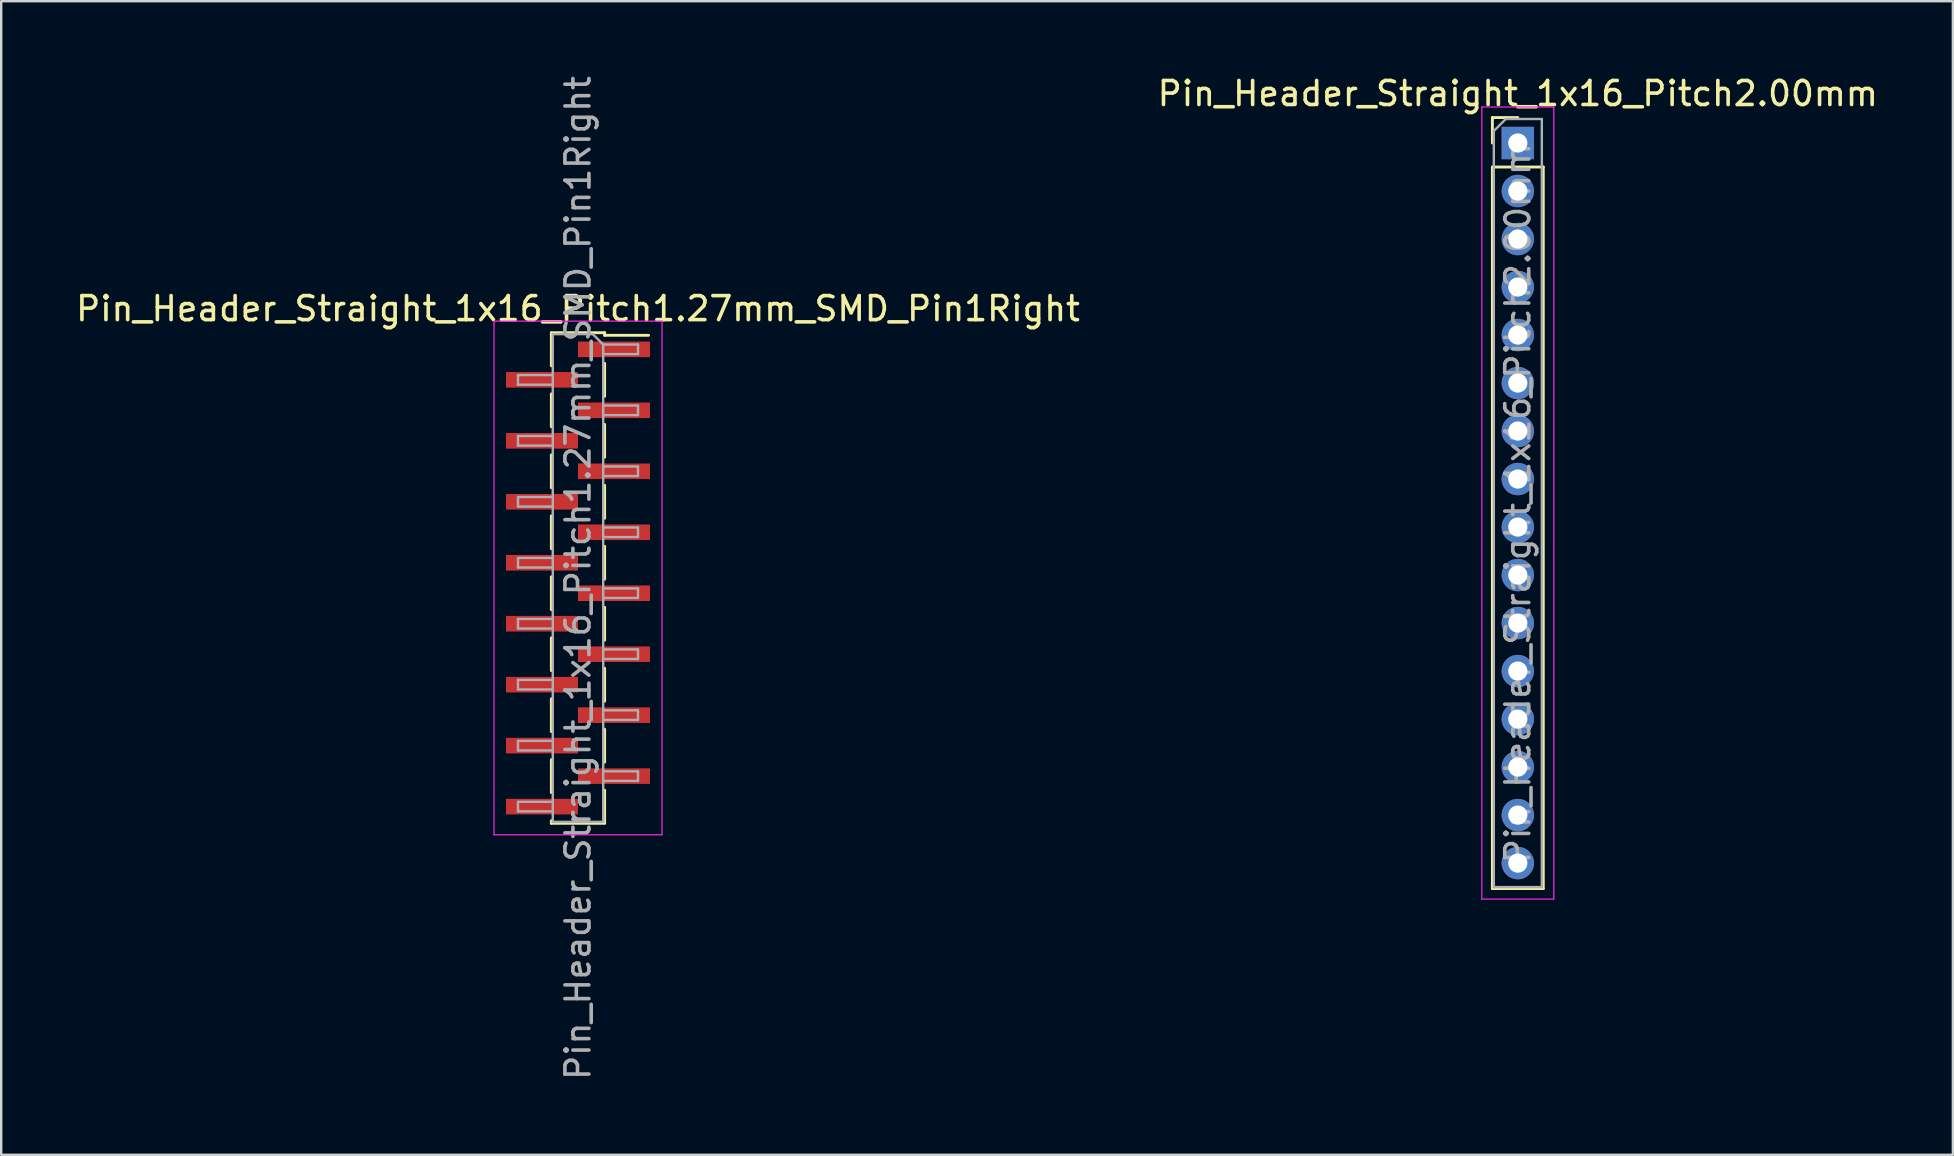
<source format=kicad_pcb>
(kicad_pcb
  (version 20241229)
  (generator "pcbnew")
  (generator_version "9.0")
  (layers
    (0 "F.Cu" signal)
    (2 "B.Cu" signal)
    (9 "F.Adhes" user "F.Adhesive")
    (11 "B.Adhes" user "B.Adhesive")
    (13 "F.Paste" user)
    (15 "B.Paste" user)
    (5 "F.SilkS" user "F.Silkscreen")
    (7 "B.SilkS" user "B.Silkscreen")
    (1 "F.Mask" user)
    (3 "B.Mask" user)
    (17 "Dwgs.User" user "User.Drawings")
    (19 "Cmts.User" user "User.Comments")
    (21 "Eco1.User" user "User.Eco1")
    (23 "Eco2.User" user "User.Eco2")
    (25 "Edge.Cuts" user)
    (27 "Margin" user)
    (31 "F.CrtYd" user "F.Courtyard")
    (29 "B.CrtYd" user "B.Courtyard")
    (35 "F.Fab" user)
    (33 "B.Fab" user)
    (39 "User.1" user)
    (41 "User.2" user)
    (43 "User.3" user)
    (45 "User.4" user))
  (footprint "Pin_Header_Straight_1x16_Pitch2.00mm"
    (layer "F.Cu")
    (at 60.185 2.908)
    (property "Reference" "Pin_Header_Straight_1x16_Pitch2.00mm" (at 0 -2.06 0) (layer "F.SilkS") (effects (font (size 1 1) (thickness 0.15))))
    (attr through_hole)
    (fp_line (start -1.06 -1.06) (end 0 -1.06) (stroke (width 0.12) (type solid)) (layer "F.SilkS"))
    (fp_line (start -1.06 0) (end -1.06 -1.06) (stroke (width 0.12) (type solid)) (layer "F.SilkS"))
    (fp_line (start -1.06 1) (end -1.06 31.06) (stroke (width 0.12) (type solid)) (layer "F.SilkS"))
    (fp_line (start -1.06 1) (end 1.06 1) (stroke (width 0.12) (type solid)) (layer "F.SilkS"))
    (fp_line (start -1.06 31.06) (end 1.06 31.06) (stroke (width 0.12) (type solid)) (layer "F.SilkS"))
    (fp_line (start 1.06 1) (end 1.06 31.06) (stroke (width 0.12) (type solid)) (layer "F.SilkS"))
    (fp_line (start -1.5 -1.5) (end -1.5 31.5) (stroke (width 0.05) (type solid)) (layer "F.CrtYd"))
    (fp_line (start -1.5 31.5) (end 1.5 31.5) (stroke (width 0.05) (type solid)) (layer "F.CrtYd"))
    (fp_line (start 1.5 -1.5) (end -1.5 -1.5) (stroke (width 0.05) (type solid)) (layer "F.CrtYd"))
    (fp_line (start 1.5 31.5) (end 1.5 -1.5) (stroke (width 0.05) (type solid)) (layer "F.CrtYd"))
    (fp_line (start -1 -0.5) (end -0.5 -1) (stroke (width 0.1) (type solid)) (layer "F.Fab"))
    (fp_line (start -1 31) (end -1 -0.5) (stroke (width 0.1) (type solid)) (layer "F.Fab"))
    (fp_line (start -0.5 -1) (end 1 -1) (stroke (width 0.1) (type solid)) (layer "F.Fab"))
    (fp_line (start 1 -1) (end 1 31) (stroke (width 0.1) (type solid)) (layer "F.Fab"))
    (fp_line (start 1 31) (end -1 31) (stroke (width 0.1) (type solid)) (layer "F.Fab"))
    (fp_text user "${REFERENCE}" (at 0 15 90) (layer "F.Fab") (effects (font (size 1 1) (thickness 0.15))))
    (pad "1" thru_hole rect (at 0 0) (size 1.35 1.35) (drill 0.8) (layers "*.Cu" "*.Mask"))
    (pad "2" thru_hole oval (at 0 2) (size 1.35 1.35) (drill 0.8) (layers "*.Cu" "*.Mask"))
    (pad "3" thru_hole oval (at 0 4) (size 1.35 1.35) (drill 0.8) (layers "*.Cu" "*.Mask"))
    (pad "4" thru_hole oval (at 0 6) (size 1.35 1.35) (drill 0.8) (layers "*.Cu" "*.Mask"))
    (pad "5" thru_hole oval (at 0 8) (size 1.35 1.35) (drill 0.8) (layers "*.Cu" "*.Mask"))
    (pad "6" thru_hole oval (at 0 10) (size 1.35 1.35) (drill 0.8) (layers "*.Cu" "*.Mask"))
    (pad "7" thru_hole oval (at 0 12) (size 1.35 1.35) (drill 0.8) (layers "*.Cu" "*.Mask"))
    (pad "8" thru_hole oval (at 0 14) (size 1.35 1.35) (drill 0.8) (layers "*.Cu" "*.Mask"))
    (pad "9" thru_hole oval (at 0 16) (size 1.35 1.35) (drill 0.8) (layers "*.Cu" "*.Mask"))
    (pad "10" thru_hole oval (at 0 18) (size 1.35 1.35) (drill 0.8) (layers "*.Cu" "*.Mask"))
    (pad "11" thru_hole oval (at 0 20) (size 1.35 1.35) (drill 0.8) (layers "*.Cu" "*.Mask"))
    (pad "12" thru_hole oval (at 0 22) (size 1.35 1.35) (drill 0.8) (layers "*.Cu" "*.Mask"))
    (pad "13" thru_hole oval (at 0 24) (size 1.35 1.35) (drill 0.8) (layers "*.Cu" "*.Mask"))
    (pad "14" thru_hole oval (at 0 26) (size 1.35 1.35) (drill 0.8) (layers "*.Cu" "*.Mask"))
    (pad "15" thru_hole oval (at 0 28) (size 1.35 1.35) (drill 0.8) (layers "*.Cu" "*.Mask"))
    (pad "16" thru_hole oval (at 0 30) (size 1.35 1.35) (drill 0.8) (layers "*.Cu" "*.Mask")))
  (footprint "Pin_Header_Straight_1x16_Pitch1.27mm_SMD_Pin1Right"
    (layer "F.Cu")
    (at 21.03 21.03)
    (property "Reference" "Pin_Header_Straight_1x16_Pitch1.27mm_SMD_Pin1Right" (at 0 -11.22 0) (layer "F.SilkS") (effects (font (size 1 1) (thickness 0.15))))
    (attr smd)
    (fp_line (start -1.11 -10.22) (end 1.11 -10.22) (stroke (width 0.12) (type solid)) (layer "F.SilkS"))
    (fp_line (start -1.11 -10.21) (end -1.11 -8.84) (stroke (width 0.12) (type solid)) (layer "F.SilkS"))
    (fp_line (start -1.11 -7.67) (end -1.11 -6.3) (stroke (width 0.12) (type solid)) (layer "F.SilkS"))
    (fp_line (start -1.11 -5.13) (end -1.11 -3.76) (stroke (width 0.12) (type solid)) (layer "F.SilkS"))
    (fp_line (start -1.11 -2.59) (end -1.11 -1.22) (stroke (width 0.12) (type solid)) (layer "F.SilkS"))
    (fp_line (start -1.11 -0.05) (end -1.11 1.32) (stroke (width 0.12) (type solid)) (layer "F.SilkS"))
    (fp_line (start -1.11 2.49) (end -1.11 3.86) (stroke (width 0.12) (type solid)) (layer "F.SilkS"))
    (fp_line (start -1.11 5.03) (end -1.11 6.4) (stroke (width 0.12) (type solid)) (layer "F.SilkS"))
    (fp_line (start -1.11 7.57) (end -1.11 8.94) (stroke (width 0.12) (type solid)) (layer "F.SilkS"))
    (fp_line (start -1.11 10.11) (end -1.11 10.22) (stroke (width 0.12) (type solid)) (layer "F.SilkS"))
    (fp_line (start -1.11 10.22) (end 1.11 10.22) (stroke (width 0.12) (type solid)) (layer "F.SilkS"))
    (fp_line (start 1.11 -10.22) (end 1.11 -10.11) (stroke (width 0.12) (type solid)) (layer "F.SilkS"))
    (fp_line (start 1.11 -10.11) (end 2.94 -10.11) (stroke (width 0.12) (type solid)) (layer "F.SilkS"))
    (fp_line (start 1.11 -8.94) (end 1.11 -7.57) (stroke (width 0.12) (type solid)) (layer "F.SilkS"))
    (fp_line (start 1.11 -6.4) (end 1.11 -5.03) (stroke (width 0.12) (type solid)) (layer "F.SilkS"))
    (fp_line (start 1.11 -3.86) (end 1.11 -2.49) (stroke (width 0.12) (type solid)) (layer "F.SilkS"))
    (fp_line (start 1.11 -1.32) (end 1.11 0.05) (stroke (width 0.12) (type solid)) (layer "F.SilkS"))
    (fp_line (start 1.11 1.22) (end 1.11 2.59) (stroke (width 0.12) (type solid)) (layer "F.SilkS"))
    (fp_line (start 1.11 3.76) (end 1.11 5.13) (stroke (width 0.12) (type solid)) (layer "F.SilkS"))
    (fp_line (start 1.11 6.3) (end 1.11 7.67) (stroke (width 0.12) (type solid)) (layer "F.SilkS"))
    (fp_line (start 1.11 8.84) (end 1.11 10.21) (stroke (width 0.12) (type solid)) (layer "F.SilkS"))
    (fp_line (start -3.5 -10.7) (end -3.5 10.7) (stroke (width 0.05) (type solid)) (layer "F.CrtYd"))
    (fp_line (start -3.5 10.7) (end 3.5 10.7) (stroke (width 0.05) (type solid)) (layer "F.CrtYd"))
    (fp_line (start 3.5 -10.7) (end -3.5 -10.7) (stroke (width 0.05) (type solid)) (layer "F.CrtYd"))
    (fp_line (start 3.5 10.7) (end 3.5 -10.7) (stroke (width 0.05) (type solid)) (layer "F.CrtYd"))
    (fp_line (start -2.5 -8.455) (end -2.5 -8.055) (stroke (width 0.1) (type solid)) (layer "F.Fab"))
    (fp_line (start -2.5 -8.055) (end -1.05 -8.055) (stroke (width 0.1) (type solid)) (layer "F.Fab"))
    (fp_line (start -2.5 -5.915) (end -2.5 -5.515) (stroke (width 0.1) (type solid)) (layer "F.Fab"))
    (fp_line (start -2.5 -5.515) (end -1.05 -5.515) (stroke (width 0.1) (type solid)) (layer "F.Fab"))
    (fp_line (start -2.5 -3.375) (end -2.5 -2.975) (stroke (width 0.1) (type solid)) (layer "F.Fab"))
    (fp_line (start -2.5 -2.975) (end -1.05 -2.975) (stroke (width 0.1) (type solid)) (layer "F.Fab"))
    (fp_line (start -2.5 -0.835) (end -2.5 -0.435) (stroke (width 0.1) (type solid)) (layer "F.Fab"))
    (fp_line (start -2.5 -0.435) (end -1.05 -0.435) (stroke (width 0.1) (type solid)) (layer "F.Fab"))
    (fp_line (start -2.5 1.705) (end -2.5 2.105) (stroke (width 0.1) (type solid)) (layer "F.Fab"))
    (fp_line (start -2.5 2.105) (end -1.05 2.105) (stroke (width 0.1) (type solid)) (layer "F.Fab"))
    (fp_line (start -2.5 4.245) (end -2.5 4.645) (stroke (width 0.1) (type solid)) (layer "F.Fab"))
    (fp_line (start -2.5 4.645) (end -1.05 4.645) (stroke (width 0.1) (type solid)) (layer "F.Fab"))
    (fp_line (start -2.5 6.785) (end -2.5 7.185) (stroke (width 0.1) (type solid)) (layer "F.Fab"))
    (fp_line (start -2.5 7.185) (end -1.05 7.185) (stroke (width 0.1) (type solid)) (layer "F.Fab"))
    (fp_line (start -2.5 9.325) (end -2.5 9.725) (stroke (width 0.1) (type solid)) (layer "F.Fab"))
    (fp_line (start -2.5 9.725) (end -1.05 9.725) (stroke (width 0.1) (type solid)) (layer "F.Fab"))
    (fp_line (start -1.05 -10.16) (end -1.05 10.16) (stroke (width 0.1) (type solid)) (layer "F.Fab"))
    (fp_line (start -1.05 -10.16) (end 0.615 -10.16) (stroke (width 0.1) (type solid)) (layer "F.Fab"))
    (fp_line (start -1.05 -8.455) (end -2.5 -8.455) (stroke (width 0.1) (type solid)) (layer "F.Fab"))
    (fp_line (start -1.05 -5.915) (end -2.5 -5.915) (stroke (width 0.1) (type solid)) (layer "F.Fab"))
    (fp_line (start -1.05 -3.375) (end -2.5 -3.375) (stroke (width 0.1) (type solid)) (layer "F.Fab"))
    (fp_line (start -1.05 -0.835) (end -2.5 -0.835) (stroke (width 0.1) (type solid)) (layer "F.Fab"))
    (fp_line (start -1.05 1.705) (end -2.5 1.705) (stroke (width 0.1) (type solid)) (layer "F.Fab"))
    (fp_line (start -1.05 4.245) (end -2.5 4.245) (stroke (width 0.1) (type solid)) (layer "F.Fab"))
    (fp_line (start -1.05 6.785) (end -2.5 6.785) (stroke (width 0.1) (type solid)) (layer "F.Fab"))
    (fp_line (start -1.05 9.325) (end -2.5 9.325) (stroke (width 0.1) (type solid)) (layer "F.Fab"))
    (fp_line (start 1.05 -9.725) (end 0.615 -10.16) (stroke (width 0.1) (type solid)) (layer "F.Fab"))
    (fp_line (start 1.05 -9.725) (end 2.5 -9.725) (stroke (width 0.1) (type solid)) (layer "F.Fab"))
    (fp_line (start 1.05 -7.185) (end 2.5 -7.185) (stroke (width 0.1) (type solid)) (layer "F.Fab"))
    (fp_line (start 1.05 -4.645) (end 2.5 -4.645) (stroke (width 0.1) (type solid)) (layer "F.Fab"))
    (fp_line (start 1.05 -2.105) (end 2.5 -2.105) (stroke (width 0.1) (type solid)) (layer "F.Fab"))
    (fp_line (start 1.05 0.435) (end 2.5 0.435) (stroke (width 0.1) (type solid)) (layer "F.Fab"))
    (fp_line (start 1.05 2.975) (end 2.5 2.975) (stroke (width 0.1) (type solid)) (layer "F.Fab"))
    (fp_line (start 1.05 5.515) (end 2.5 5.515) (stroke (width 0.1) (type solid)) (layer "F.Fab"))
    (fp_line (start 1.05 8.055) (end 2.5 8.055) (stroke (width 0.1) (type solid)) (layer "F.Fab"))
    (fp_line (start 1.05 10.16) (end -1.05 10.16) (stroke (width 0.1) (type solid)) (layer "F.Fab"))
    (fp_line (start 1.05 10.16) (end 1.05 -9.725) (stroke (width 0.1) (type solid)) (layer "F.Fab"))
    (fp_line (start 2.5 -9.725) (end 2.5 -9.325) (stroke (width 0.1) (type solid)) (layer "F.Fab"))
    (fp_line (start 2.5 -9.325) (end 1.05 -9.325) (stroke (width 0.1) (type solid)) (layer "F.Fab"))
    (fp_line (start 2.5 -7.185) (end 2.5 -6.785) (stroke (width 0.1) (type solid)) (layer "F.Fab"))
    (fp_line (start 2.5 -6.785) (end 1.05 -6.785) (stroke (width 0.1) (type solid)) (layer "F.Fab"))
    (fp_line (start 2.5 -4.645) (end 2.5 -4.245) (stroke (width 0.1) (type solid)) (layer "F.Fab"))
    (fp_line (start 2.5 -4.245) (end 1.05 -4.245) (stroke (width 0.1) (type solid)) (layer "F.Fab"))
    (fp_line (start 2.5 -2.105) (end 2.5 -1.705) (stroke (width 0.1) (type solid)) (layer "F.Fab"))
    (fp_line (start 2.5 -1.705) (end 1.05 -1.705) (stroke (width 0.1) (type solid)) (layer "F.Fab"))
    (fp_line (start 2.5 0.435) (end 2.5 0.835) (stroke (width 0.1) (type solid)) (layer "F.Fab"))
    (fp_line (start 2.5 0.835) (end 1.05 0.835) (stroke (width 0.1) (type solid)) (layer "F.Fab"))
    (fp_line (start 2.5 2.975) (end 2.5 3.375) (stroke (width 0.1) (type solid)) (layer "F.Fab"))
    (fp_line (start 2.5 3.375) (end 1.05 3.375) (stroke (width 0.1) (type solid)) (layer "F.Fab"))
    (fp_line (start 2.5 5.515) (end 2.5 5.915) (stroke (width 0.1) (type solid)) (layer "F.Fab"))
    (fp_line (start 2.5 5.915) (end 1.05 5.915) (stroke (width 0.1) (type solid)) (layer "F.Fab"))
    (fp_line (start 2.5 8.055) (end 2.5 8.455) (stroke (width 0.1) (type solid)) (layer "F.Fab"))
    (fp_line (start 2.5 8.455) (end 1.05 8.455) (stroke (width 0.1) (type solid)) (layer "F.Fab"))
    (fp_text user "${REFERENCE}" (at 0 0 90) (layer "F.Fab") (effects (font (size 1 1) (thickness 0.15))))
    (pad "1" smd rect (at 1.5 -9.525) (size 3 0.65) (layers "F.Cu" "F.Mask" "F.Paste"))
    (pad "2" smd rect (at -1.5 -8.255) (size 3 0.65) (layers "F.Cu" "F.Mask" "F.Paste"))
    (pad "3" smd rect (at 1.5 -6.985) (size 3 0.65) (layers "F.Cu" "F.Mask" "F.Paste"))
    (pad "4" smd rect (at -1.5 -5.715) (size 3 0.65) (layers "F.Cu" "F.Mask" "F.Paste"))
    (pad "5" smd rect (at 1.5 -4.445) (size 3 0.65) (layers "F.Cu" "F.Mask" "F.Paste"))
    (pad "6" smd rect (at -1.5 -3.175) (size 3 0.65) (layers "F.Cu" "F.Mask" "F.Paste"))
    (pad "7" smd rect (at 1.5 -1.905) (size 3 0.65) (layers "F.Cu" "F.Mask" "F.Paste"))
    (pad "8" smd rect (at -1.5 -0.635) (size 3 0.65) (layers "F.Cu" "F.Mask" "F.Paste"))
    (pad "9" smd rect (at 1.5 0.635) (size 3 0.65) (layers "F.Cu" "F.Mask" "F.Paste"))
    (pad "10" smd rect (at -1.5 1.905) (size 3 0.65) (layers "F.Cu" "F.Mask" "F.Paste"))
    (pad "11" smd rect (at 1.5 3.175) (size 3 0.65) (layers "F.Cu" "F.Mask" "F.Paste"))
    (pad "12" smd rect (at -1.5 4.445) (size 3 0.65) (layers "F.Cu" "F.Mask" "F.Paste"))
    (pad "13" smd rect (at 1.5 5.715) (size 3 0.65) (layers "F.Cu" "F.Mask" "F.Paste"))
    (pad "14" smd rect (at -1.5 6.985) (size 3 0.65) (layers "F.Cu" "F.Mask" "F.Paste"))
    (pad "15" smd rect (at 1.5 8.255) (size 3 0.65) (layers "F.Cu" "F.Mask" "F.Paste"))
    (pad "16" smd rect (at -1.5 9.525) (size 3 0.65) (layers "F.Cu" "F.Mask" "F.Paste")))
  (gr_rect
    (start -3 -3)
    (end 78.31 45.06)
    (stroke (width 0.1) (type default))
    (fill no)
    (layer "Edge.Cuts")))
</source>
